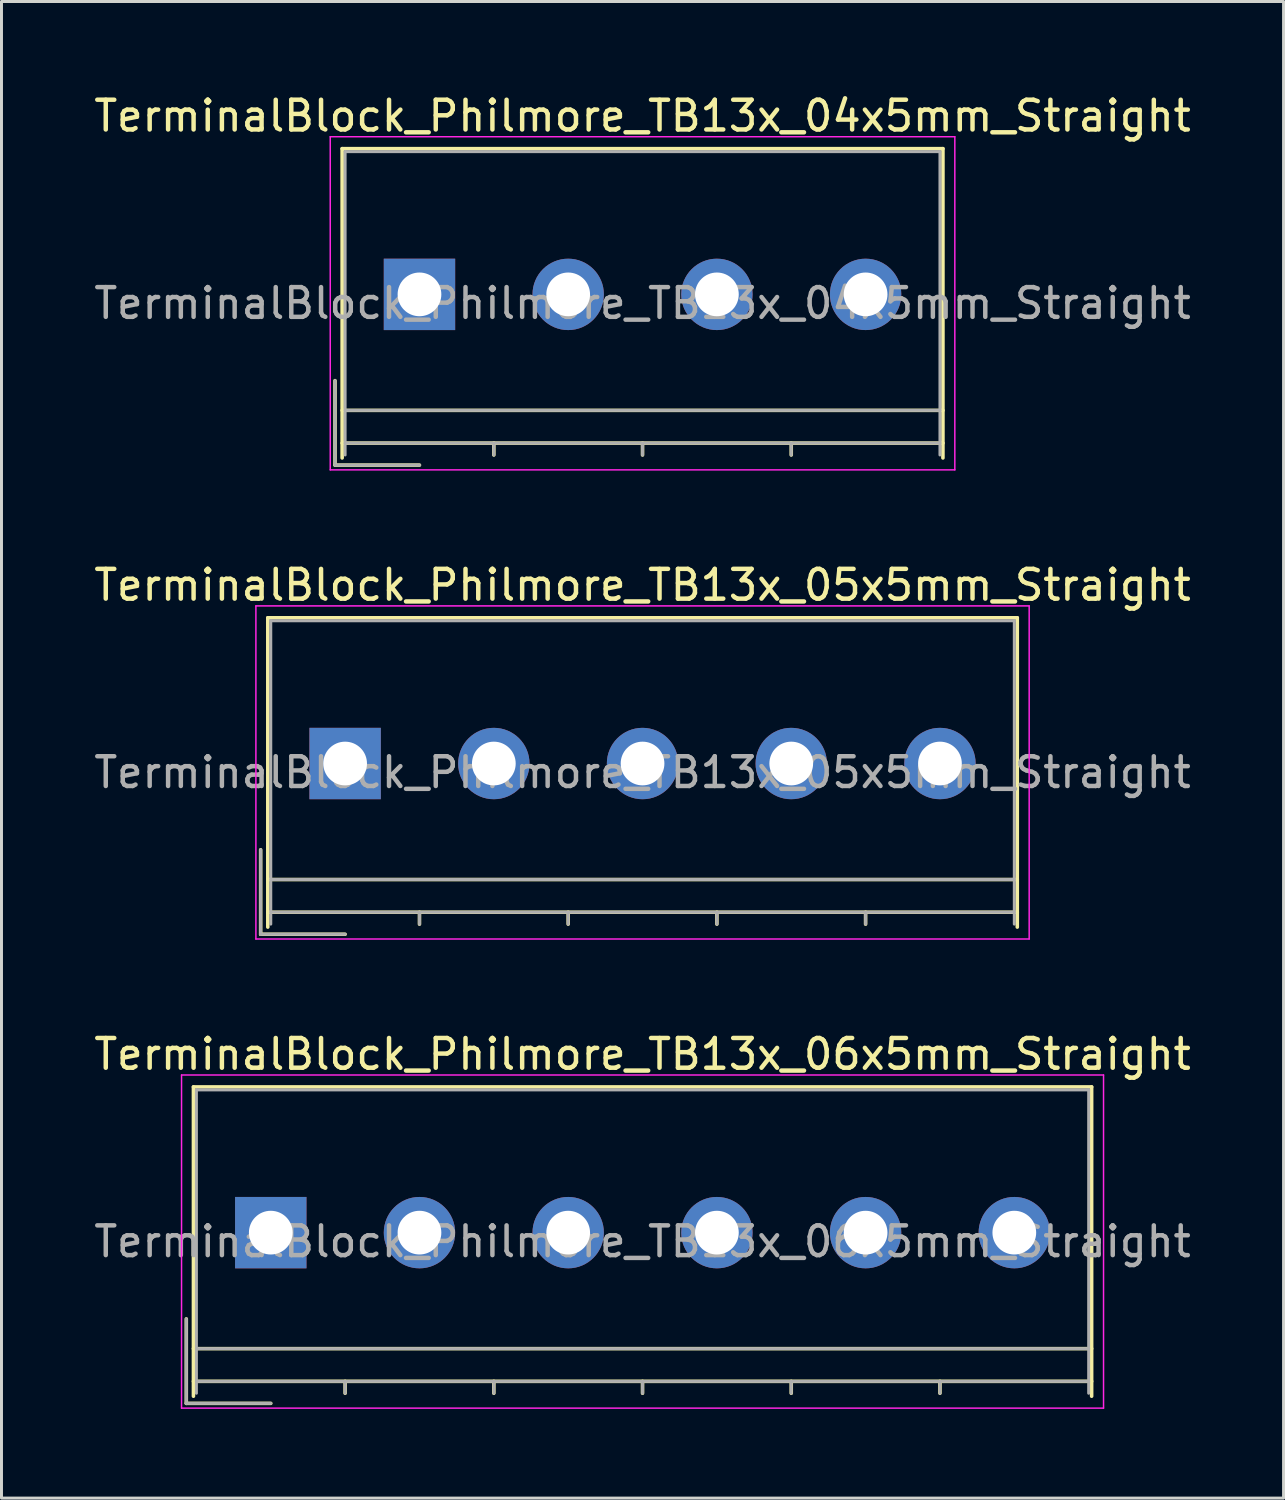
<source format=kicad_pcb>
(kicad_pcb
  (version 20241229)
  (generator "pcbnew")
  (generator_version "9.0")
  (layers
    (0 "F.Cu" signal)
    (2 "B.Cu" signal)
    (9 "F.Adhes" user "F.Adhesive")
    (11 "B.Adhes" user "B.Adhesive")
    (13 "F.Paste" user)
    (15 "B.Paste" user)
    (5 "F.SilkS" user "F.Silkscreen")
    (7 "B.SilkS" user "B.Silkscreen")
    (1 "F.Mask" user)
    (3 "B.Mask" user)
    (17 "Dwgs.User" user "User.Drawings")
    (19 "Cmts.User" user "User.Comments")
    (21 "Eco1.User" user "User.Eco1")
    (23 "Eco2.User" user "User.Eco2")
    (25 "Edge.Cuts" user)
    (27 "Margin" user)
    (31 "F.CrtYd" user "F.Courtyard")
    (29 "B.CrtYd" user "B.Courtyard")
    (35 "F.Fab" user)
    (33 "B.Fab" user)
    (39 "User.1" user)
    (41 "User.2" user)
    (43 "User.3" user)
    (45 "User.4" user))
  (footprint "TerminalBlock_Philmore_TB13x_04x5mm_Straight"
    (layer "F.Cu")
    (at 11.054 6.848)
    (property "Reference" "TerminalBlock_Philmore_TB13x_04x5mm_Straight" (at 7.5 -6 0) (layer "F.SilkS") (effects (font (size 1 1) (thickness 0.15))))
    (attr through_hole)
    (fp_line (start -2.84 2.9) (end -2.84 5.74) (stroke (width 0.12) (type solid)) (layer "F.SilkS"))
    (fp_line (start -2.84 5.74) (end 0 5.74) (stroke (width 0.12) (type solid)) (layer "F.SilkS"))
    (fp_line (start -2.6 -4.9) (end 17.6 -4.9) (stroke (width 0.12) (type solid)) (layer "F.SilkS"))
    (fp_line (start -2.6 3.9) (end 17.6 3.9) (stroke (width 0.12) (type solid)) (layer "F.SilkS"))
    (fp_line (start -2.6 5) (end 17.6 5) (stroke (width 0.12) (type solid)) (layer "F.SilkS"))
    (fp_line (start -2.6 5.5) (end -2.6 -4.9) (stroke (width 0.12) (type solid)) (layer "F.SilkS"))
    (fp_line (start 2.5 5) (end 2.5 5.4) (stroke (width 0.12) (type solid)) (layer "F.SilkS"))
    (fp_line (start 7.5 5) (end 7.5 5.4) (stroke (width 0.12) (type solid)) (layer "F.SilkS"))
    (fp_line (start 12.5 5) (end 12.5 5.4) (stroke (width 0.12) (type solid)) (layer "F.SilkS"))
    (fp_line (start 17.6 -4.9) (end 17.6 5.5) (stroke (width 0.12) (type solid)) (layer "F.SilkS"))
    (fp_line (start -3 -5.3) (end -3 5.9) (stroke (width 0.05) (type solid)) (layer "F.CrtYd"))
    (fp_line (start -3 5.9) (end 18 5.9) (stroke (width 0.05) (type solid)) (layer "F.CrtYd"))
    (fp_line (start 18 -5.3) (end -3 -5.3) (stroke (width 0.05) (type solid)) (layer "F.CrtYd"))
    (fp_line (start 18 5.9) (end 18 -5.3) (stroke (width 0.05) (type solid)) (layer "F.CrtYd"))
    (fp_line (start -2.84 2.9) (end -2.84 5.74) (stroke (width 0.1) (type solid)) (layer "F.Fab"))
    (fp_line (start -2.84 5.74) (end 0 5.74) (stroke (width 0.1) (type solid)) (layer "F.Fab"))
    (fp_line (start -2.5 -4.8) (end 17.5 -4.8) (stroke (width 0.1) (type solid)) (layer "F.Fab"))
    (fp_line (start -2.5 3.9) (end 17.5 3.9) (stroke (width 0.1) (type solid)) (layer "F.Fab"))
    (fp_line (start -2.5 5) (end 17.5 5) (stroke (width 0.1) (type solid)) (layer "F.Fab"))
    (fp_line (start -2.5 5.4) (end -2.5 -4.8) (stroke (width 0.1) (type solid)) (layer "F.Fab"))
    (fp_line (start 2.5 5) (end 2.5 5.4) (stroke (width 0.1) (type solid)) (layer "F.Fab"))
    (fp_line (start 7.5 5) (end 7.5 5.4) (stroke (width 0.1) (type solid)) (layer "F.Fab"))
    (fp_line (start 12.5 5) (end 12.5 5.4) (stroke (width 0.1) (type solid)) (layer "F.Fab"))
    (fp_line (start 17.5 -4.8) (end 17.5 5.4) (stroke (width 0.1) (type solid)) (layer "F.Fab"))
    (fp_text user "${REFERENCE}" (at 7.5 0.3 0) (layer "F.Fab") (effects (font (size 1 1) (thickness 0.15))))
    (pad "1" thru_hole rect (at 0 0) (size 2.4 2.4) (drill 1.47) (layers "*.Cu" "*.Mask"))
    (pad "2" thru_hole circle (at 5 0) (size 2.4 2.4) (drill 1.47) (layers "*.Cu" "*.Mask"))
    (pad "3" thru_hole circle (at 10 0) (size 2.4 2.4) (drill 1.47) (layers "*.Cu" "*.Mask"))
    (pad "4" thru_hole circle (at 15 0) (size 2.4 2.4) (drill 1.47) (layers "*.Cu" "*.Mask")))
  (footprint "TerminalBlock_Philmore_TB13x_06x5mm_Straight"
    (layer "F.Cu")
    (at 6.054 38.395)
    (property "Reference" "TerminalBlock_Philmore_TB13x_06x5mm_Straight" (at 12.5 -6 0) (layer "F.SilkS") (effects (font (size 1 1) (thickness 0.15))))
    (attr through_hole)
    (fp_line (start -2.84 2.9) (end -2.84 5.74) (stroke (width 0.12) (type solid)) (layer "F.SilkS"))
    (fp_line (start -2.84 5.74) (end 0 5.74) (stroke (width 0.12) (type solid)) (layer "F.SilkS"))
    (fp_line (start -2.6 -4.9) (end 27.6 -4.9) (stroke (width 0.12) (type solid)) (layer "F.SilkS"))
    (fp_line (start -2.6 3.9) (end 27.6 3.9) (stroke (width 0.12) (type solid)) (layer "F.SilkS"))
    (fp_line (start -2.6 5) (end 27.6 5) (stroke (width 0.12) (type solid)) (layer "F.SilkS"))
    (fp_line (start -2.6 5.5) (end -2.6 -4.9) (stroke (width 0.12) (type solid)) (layer "F.SilkS"))
    (fp_line (start 2.5 5) (end 2.5 5.4) (stroke (width 0.12) (type solid)) (layer "F.SilkS"))
    (fp_line (start 7.5 5) (end 7.5 5.4) (stroke (width 0.12) (type solid)) (layer "F.SilkS"))
    (fp_line (start 12.5 5) (end 12.5 5.4) (stroke (width 0.12) (type solid)) (layer "F.SilkS"))
    (fp_line (start 17.5 5) (end 17.5 5.4) (stroke (width 0.12) (type solid)) (layer "F.SilkS"))
    (fp_line (start 22.5 5) (end 22.5 5.4) (stroke (width 0.12) (type solid)) (layer "F.SilkS"))
    (fp_line (start 27.6 -4.9) (end 27.6 5.5) (stroke (width 0.12) (type solid)) (layer "F.SilkS"))
    (fp_line (start -3 -5.3) (end -3 5.9) (stroke (width 0.05) (type solid)) (layer "F.CrtYd"))
    (fp_line (start -3 5.9) (end 28 5.9) (stroke (width 0.05) (type solid)) (layer "F.CrtYd"))
    (fp_line (start 28 -5.3) (end -3 -5.3) (stroke (width 0.05) (type solid)) (layer "F.CrtYd"))
    (fp_line (start 28 5.9) (end 28 -5.3) (stroke (width 0.05) (type solid)) (layer "F.CrtYd"))
    (fp_line (start -2.84 2.9) (end -2.84 5.74) (stroke (width 0.1) (type solid)) (layer "F.Fab"))
    (fp_line (start -2.84 5.74) (end 0 5.74) (stroke (width 0.1) (type solid)) (layer "F.Fab"))
    (fp_line (start -2.5 -4.8) (end 27.5 -4.8) (stroke (width 0.1) (type solid)) (layer "F.Fab"))
    (fp_line (start -2.5 3.9) (end 27.5 3.9) (stroke (width 0.1) (type solid)) (layer "F.Fab"))
    (fp_line (start -2.5 5) (end 27.5 5) (stroke (width 0.1) (type solid)) (layer "F.Fab"))
    (fp_line (start -2.5 5.4) (end -2.5 -4.8) (stroke (width 0.1) (type solid)) (layer "F.Fab"))
    (fp_line (start 2.5 5) (end 2.5 5.4) (stroke (width 0.1) (type solid)) (layer "F.Fab"))
    (fp_line (start 7.5 5) (end 7.5 5.4) (stroke (width 0.1) (type solid)) (layer "F.Fab"))
    (fp_line (start 12.5 5) (end 12.5 5.4) (stroke (width 0.1) (type solid)) (layer "F.Fab"))
    (fp_line (start 17.5 5) (end 17.5 5.4) (stroke (width 0.1) (type solid)) (layer "F.Fab"))
    (fp_line (start 22.5 5) (end 22.5 5.4) (stroke (width 0.1) (type solid)) (layer "F.Fab"))
    (fp_line (start 27.5 -4.8) (end 27.5 5.4) (stroke (width 0.1) (type solid)) (layer "F.Fab"))
    (fp_text user "${REFERENCE}" (at 12.5 0.3 0) (layer "F.Fab") (effects (font (size 1 1) (thickness 0.15))))
    (pad "1" thru_hole rect (at 0 0) (size 2.4 2.4) (drill 1.47) (layers "*.Cu" "*.Mask"))
    (pad "2" thru_hole circle (at 5 0) (size 2.4 2.4) (drill 1.47) (layers "*.Cu" "*.Mask"))
    (pad "3" thru_hole circle (at 10 0) (size 2.4 2.4) (drill 1.47) (layers "*.Cu" "*.Mask"))
    (pad "4" thru_hole circle (at 15 0) (size 2.4 2.4) (drill 1.47) (layers "*.Cu" "*.Mask"))
    (pad "5" thru_hole circle (at 20 0) (size 2.4 2.4) (drill 1.47) (layers "*.Cu" "*.Mask"))
    (pad "6" thru_hole circle (at 25 0) (size 2.4 2.4) (drill 1.47) (layers "*.Cu" "*.Mask")))
  (footprint "TerminalBlock_Philmore_TB13x_05x5mm_Straight"
    (layer "F.Cu")
    (at 8.554 22.622)
    (property "Reference" "TerminalBlock_Philmore_TB13x_05x5mm_Straight" (at 10 -6 0) (layer "F.SilkS") (effects (font (size 1 1) (thickness 0.15))))
    (attr through_hole)
    (fp_line (start -2.84 2.9) (end -2.84 5.74) (stroke (width 0.12) (type solid)) (layer "F.SilkS"))
    (fp_line (start -2.84 5.74) (end 0 5.74) (stroke (width 0.12) (type solid)) (layer "F.SilkS"))
    (fp_line (start -2.6 -4.9) (end 22.6 -4.9) (stroke (width 0.12) (type solid)) (layer "F.SilkS"))
    (fp_line (start -2.6 3.9) (end 22.6 3.9) (stroke (width 0.12) (type solid)) (layer "F.SilkS"))
    (fp_line (start -2.6 5) (end 22.6 5) (stroke (width 0.12) (type solid)) (layer "F.SilkS"))
    (fp_line (start -2.6 5.5) (end -2.6 -4.9) (stroke (width 0.12) (type solid)) (layer "F.SilkS"))
    (fp_line (start 2.5 5) (end 2.5 5.4) (stroke (width 0.12) (type solid)) (layer "F.SilkS"))
    (fp_line (start 7.5 5) (end 7.5 5.4) (stroke (width 0.12) (type solid)) (layer "F.SilkS"))
    (fp_line (start 12.5 5) (end 12.5 5.4) (stroke (width 0.12) (type solid)) (layer "F.SilkS"))
    (fp_line (start 17.5 5) (end 17.5 5.4) (stroke (width 0.12) (type solid)) (layer "F.SilkS"))
    (fp_line (start 22.6 -4.9) (end 22.6 5.5) (stroke (width 0.12) (type solid)) (layer "F.SilkS"))
    (fp_line (start -3 -5.3) (end -3 5.9) (stroke (width 0.05) (type solid)) (layer "F.CrtYd"))
    (fp_line (start -3 5.9) (end 23 5.9) (stroke (width 0.05) (type solid)) (layer "F.CrtYd"))
    (fp_line (start 23 -5.3) (end -3 -5.3) (stroke (width 0.05) (type solid)) (layer "F.CrtYd"))
    (fp_line (start 23 5.9) (end 23 -5.3) (stroke (width 0.05) (type solid)) (layer "F.CrtYd"))
    (fp_line (start -2.84 2.9) (end -2.84 5.74) (stroke (width 0.1) (type solid)) (layer "F.Fab"))
    (fp_line (start -2.84 5.74) (end 0 5.74) (stroke (width 0.1) (type solid)) (layer "F.Fab"))
    (fp_line (start -2.5 -4.8) (end 22.5 -4.8) (stroke (width 0.1) (type solid)) (layer "F.Fab"))
    (fp_line (start -2.5 3.9) (end 22.5 3.9) (stroke (width 0.1) (type solid)) (layer "F.Fab"))
    (fp_line (start -2.5 5) (end 22.5 5) (stroke (width 0.1) (type solid)) (layer "F.Fab"))
    (fp_line (start -2.5 5.4) (end -2.5 -4.8) (stroke (width 0.1) (type solid)) (layer "F.Fab"))
    (fp_line (start 2.5 5) (end 2.5 5.4) (stroke (width 0.1) (type solid)) (layer "F.Fab"))
    (fp_line (start 7.5 5) (end 7.5 5.4) (stroke (width 0.1) (type solid)) (layer "F.Fab"))
    (fp_line (start 12.5 5) (end 12.5 5.4) (stroke (width 0.1) (type solid)) (layer "F.Fab"))
    (fp_line (start 17.5 5) (end 17.5 5.4) (stroke (width 0.1) (type solid)) (layer "F.Fab"))
    (fp_line (start 22.5 -4.8) (end 22.5 5.4) (stroke (width 0.1) (type solid)) (layer "F.Fab"))
    (fp_text user "${REFERENCE}" (at 10 0.3 0) (layer "F.Fab") (effects (font (size 1 1) (thickness 0.15))))
    (pad "1" thru_hole rect (at 0 0) (size 2.4 2.4) (drill 1.47) (layers "*.Cu" "*.Mask"))
    (pad "2" thru_hole circle (at 5 0) (size 2.4 2.4) (drill 1.47) (layers "*.Cu" "*.Mask"))
    (pad "3" thru_hole circle (at 10 0) (size 2.4 2.4) (drill 1.47) (layers "*.Cu" "*.Mask"))
    (pad "4" thru_hole circle (at 15 0) (size 2.4 2.4) (drill 1.47) (layers "*.Cu" "*.Mask"))
    (pad "5" thru_hole circle (at 20 0) (size 2.4 2.4) (drill 1.47) (layers "*.Cu" "*.Mask")))
  (gr_rect
    (start -3 -3)
    (end 40.107 47.32)
    (stroke (width 0.1) (type default))
    (fill no)
    (layer "Edge.Cuts")))
</source>
